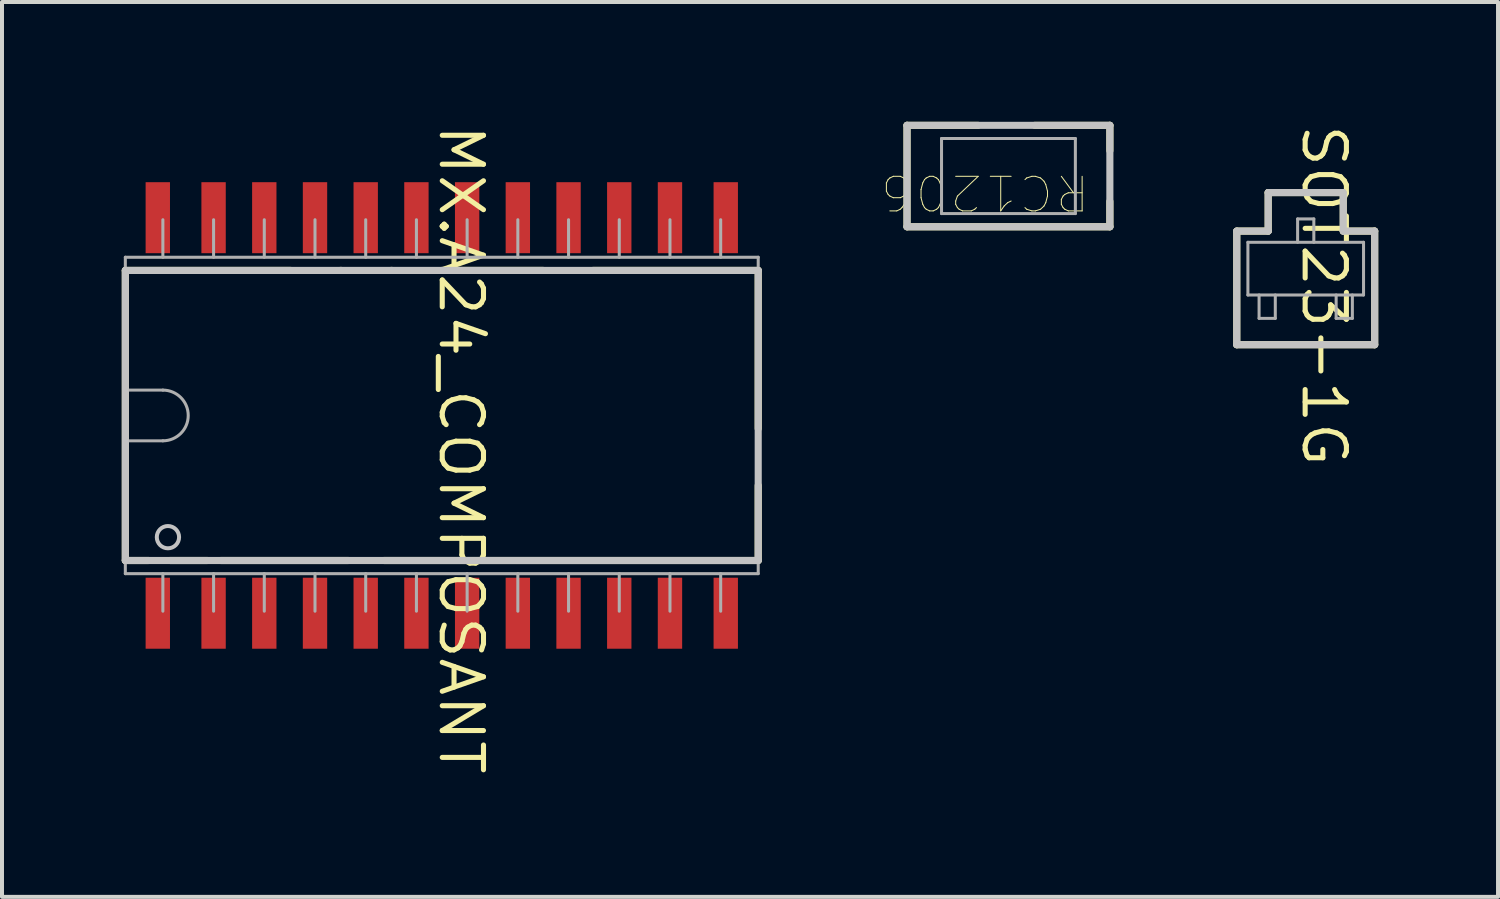
<source format=kicad_pcb>
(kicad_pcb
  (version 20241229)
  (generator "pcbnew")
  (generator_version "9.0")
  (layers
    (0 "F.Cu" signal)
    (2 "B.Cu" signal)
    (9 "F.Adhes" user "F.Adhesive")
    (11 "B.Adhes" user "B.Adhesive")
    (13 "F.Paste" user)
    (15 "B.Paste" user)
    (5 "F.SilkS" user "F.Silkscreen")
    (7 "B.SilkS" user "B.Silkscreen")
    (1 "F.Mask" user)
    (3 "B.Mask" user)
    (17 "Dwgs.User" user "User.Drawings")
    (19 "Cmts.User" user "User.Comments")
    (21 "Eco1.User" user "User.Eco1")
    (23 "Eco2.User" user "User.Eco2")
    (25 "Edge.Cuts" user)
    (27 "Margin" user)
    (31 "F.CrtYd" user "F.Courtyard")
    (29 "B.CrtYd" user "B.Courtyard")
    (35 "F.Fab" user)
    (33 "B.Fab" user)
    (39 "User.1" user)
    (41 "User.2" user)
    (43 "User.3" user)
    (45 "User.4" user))
  (footprint "SOT23-1G"
    (layer "F.Cu")
    (at 29.651 3.678)
    (property "Reference" "SOT23-1G" (at 0.457 0.673 270) (unlocked yes) (layer "F.SilkS") (effects (font (size 1.033 1.087) (thickness 0.127))))
    (attr smd)
    (fp_line (start -1.727 -0.94) (end -0.94 -0.94) (stroke (width 0.178) (type solid)) (layer "F.SilkS"))
    (fp_line (start -1.727 1.905) (end -1.727 -0.94) (stroke (width 0.178) (type solid)) (layer "F.SilkS"))
    (fp_line (start -1.727 1.905) (end 1.727 1.905) (stroke (width 0.178) (type solid)) (layer "F.SilkS"))
    (fp_line (start -0.94 -1.905) (end 0.94 -1.905) (stroke (width 0.178) (type solid)) (layer "F.SilkS"))
    (fp_line (start -0.94 -0.94) (end -0.94 -1.905) (stroke (width 0.178) (type solid)) (layer "F.SilkS"))
    (fp_line (start 0.94 -0.94) (end 0.94 -1.905) (stroke (width 0.178) (type solid)) (layer "F.SilkS"))
    (fp_line (start 0.94 -0.94) (end 1.727 -0.94) (stroke (width 0.178) (type solid)) (layer "F.SilkS"))
    (fp_line (start 1.727 1.905) (end 1.727 -0.94) (stroke (width 0.178) (type solid)) (layer "F.SilkS"))
    (fp_line (start -1.727 -0.94) (end -0.94 -0.94) (stroke (width 0.178) (type solid)) (layer "Dwgs.User"))
    (fp_line (start -1.727 1.905) (end -1.727 -0.94) (stroke (width 0.178) (type solid)) (layer "Dwgs.User"))
    (fp_line (start -1.727 1.905) (end 1.727 1.905) (stroke (width 0.178) (type solid)) (layer "Dwgs.User"))
    (fp_line (start -0.94 -1.905) (end 0.94 -1.905) (stroke (width 0.178) (type solid)) (layer "Dwgs.User"))
    (fp_line (start -0.94 -0.94) (end -0.94 -1.905) (stroke (width 0.178) (type solid)) (layer "Dwgs.User"))
    (fp_line (start 0.94 -0.94) (end 0.94 -1.905) (stroke (width 0.178) (type solid)) (layer "Dwgs.User"))
    (fp_line (start 0.94 -0.94) (end 1.727 -0.94) (stroke (width 0.178) (type solid)) (layer "Dwgs.User"))
    (fp_line (start 1.727 1.905) (end 1.727 -0.94) (stroke (width 0.178) (type solid)) (layer "Dwgs.User"))
    (fp_line (start -1.448 -0.66) (end 1.448 -0.66) (stroke (width 0.076) (type solid)) (layer "F.Fab"))
    (fp_line (start -1.448 0.66) (end -1.448 -0.66) (stroke (width 0.076) (type solid)) (layer "F.Fab"))
    (fp_line (start -1.448 0.66) (end 1.448 0.66) (stroke (width 0.076) (type solid)) (layer "F.Fab"))
    (fp_line (start -1.168 1.245) (end -1.168 0.66) (stroke (width 0.076) (type solid)) (layer "F.Fab"))
    (fp_line (start -1.168 1.245) (end -0.762 1.245) (stroke (width 0.076) (type solid)) (layer "F.Fab"))
    (fp_line (start -0.762 1.245) (end -0.762 0.66) (stroke (width 0.076) (type solid)) (layer "F.Fab"))
    (fp_line (start -0.203 -1.245) (end 0.203 -1.245) (stroke (width 0.076) (type solid)) (layer "F.Fab"))
    (fp_line (start -0.203 -0.66) (end -0.203 -1.245) (stroke (width 0.076) (type solid)) (layer "F.Fab"))
    (fp_line (start 0.203 -0.66) (end 0.203 -1.245) (stroke (width 0.076) (type solid)) (layer "F.Fab"))
    (fp_line (start 0.762 1.245) (end 0.762 0.66) (stroke (width 0.076) (type solid)) (layer "F.Fab"))
    (fp_line (start 0.762 1.245) (end 1.168 1.245) (stroke (width 0.076) (type solid)) (layer "F.Fab"))
    (fp_line (start 1.168 1.245) (end 1.168 0.66) (stroke (width 0.076) (type solid)) (layer "F.Fab"))
    (fp_line (start 1.448 0.66) (end 1.448 -0.66) (stroke (width 0.076) (type solid)) (layer "F.Fab")))
  (footprint "RC1206"
    (layer "F.Cu")
    (at 22.206 1.359)
    (property "Reference" "RC1206" (at -0.584 0.406 180) (unlocked yes) (layer "F.SilkS") (effects (font (size 0.866 0.911) (thickness 0.025))))
    (attr smd)
    (fp_line (start -2.54 -1.27) (end -0.762 -1.27) (stroke (width 0.178) (type solid)) (layer "F.SilkS"))
    (fp_line (start -2.54 1.27) (end -2.54 -1.27) (stroke (width 0.178) (type solid)) (layer "F.SilkS"))
    (fp_line (start -2.54 1.27) (end 2.54 1.27) (stroke (width 0.178) (type solid)) (layer "F.SilkS"))
    (fp_line (start 0.66 -1.27) (end 2.54 -1.27) (stroke (width 0.178) (type solid)) (layer "F.SilkS"))
    (fp_line (start 2.54 -0.635) (end 2.54 -1.27) (stroke (width 0.178) (type solid)) (layer "F.SilkS"))
    (fp_line (start 2.54 1.27) (end 2.54 0.635) (stroke (width 0.178) (type solid)) (layer "F.SilkS"))
    (fp_line (start -2.54 -1.27) (end 2.54 -1.27) (stroke (width 0.178) (type solid)) (layer "Dwgs.User"))
    (fp_line (start -2.54 1.27) (end -2.54 -1.27) (stroke (width 0.178) (type solid)) (layer "Dwgs.User"))
    (fp_line (start -2.54 1.27) (end 2.54 1.27) (stroke (width 0.178) (type solid)) (layer "Dwgs.User"))
    (fp_line (start 2.54 1.27) (end 2.54 -1.27) (stroke (width 0.178) (type solid)) (layer "Dwgs.User"))
    (fp_line (start -1.676 -0.94) (end 1.676 -0.94) (stroke (width 0.076) (type solid)) (layer "F.Fab"))
    (fp_line (start -1.676 0.94) (end -1.676 -0.94) (stroke (width 0.076) (type solid)) (layer "F.Fab"))
    (fp_line (start -1.676 0.94) (end 1.676 0.94) (stroke (width 0.076) (type solid)) (layer "F.Fab"))
    (fp_line (start 1.676 0.94) (end 1.676 -0.94) (stroke (width 0.076) (type solid)) (layer "F.Fab")))
  (footprint "MX.A24_COMPOSANT"
    (layer "F.Cu")
    (at 8.014 7.355)
    (property "Reference" "MX.A24_COMPOSANT" (at 0.483 0.851 270) (unlocked yes) (layer "F.SilkS") (effects (font (size 1.033 1.087) (thickness 0.127))))
    (attr smd)
    (fp_line (start -7.925 -3.632) (end -3.785 -3.632) (stroke (width 0.178) (type solid)) (layer "F.SilkS"))
    (fp_line (start -7.925 3.632) (end -7.925 -3.632) (stroke (width 0.178) (type solid)) (layer "F.SilkS"))
    (fp_line (start -7.925 3.632) (end -7.341 3.632) (stroke (width 0.178) (type solid)) (layer "F.SilkS"))
    (fp_line (start -6.807 3.632) (end -5.867 3.632) (stroke (width 0.178) (type solid)) (layer "F.SilkS"))
    (fp_line (start -5.537 3.632) (end -2.337 3.632) (stroke (width 0.178) (type solid)) (layer "F.SilkS"))
    (fp_line (start -2.54 -3.632) (end -2.515 -3.632) (stroke (width 0.178) (type solid)) (layer "F.SilkS"))
    (fp_line (start -1.448 3.632) (end 7.925 3.632) (stroke (width 0.178) (type solid)) (layer "F.SilkS"))
    (fp_line (start -1.27 -3.632) (end -1.245 -3.632) (stroke (width 0.178) (type solid)) (layer "F.SilkS"))
    (fp_line (start 0 -3.632) (end 2.54 -3.632) (stroke (width 0.178) (type solid)) (layer "F.SilkS"))
    (fp_line (start 3.785 -3.632) (end 7.925 -3.632) (stroke (width 0.178) (type solid)) (layer "F.SilkS"))
    (fp_line (start 7.925 0.33) (end 7.925 -3.632) (stroke (width 0.178) (type solid)) (layer "F.SilkS"))
    (fp_line (start 7.925 3.632) (end 7.925 1.753) (stroke (width 0.178) (type solid)) (layer "F.SilkS"))
    (fp_line (start -7.925 -3.632) (end 7.925 -3.632) (stroke (width 0.178) (type solid)) (layer "Dwgs.User"))
    (fp_line (start -7.925 3.632) (end -7.925 -3.632) (stroke (width 0.178) (type solid)) (layer "Dwgs.User"))
    (fp_line (start -7.925 3.632) (end 7.925 3.632) (stroke (width 0.178) (type solid)) (layer "Dwgs.User"))
    (fp_line (start 7.925 3.632) (end 7.925 -3.632) (stroke (width 0.178) (type solid)) (layer "Dwgs.User"))
    (fp_circle (center -6.858 3.048) (end -6.579 3.048) (stroke (width 0.1) (type solid)) (fill no) (layer "Dwgs.User"))
    (fp_line (start -7.925 -3.962) (end 7.925 -3.962) (stroke (width 0.076) (type solid)) (layer "F.Fab"))
    (fp_line (start -7.925 -0.635) (end -6.985 -0.635) (stroke (width 0.076) (type solid)) (layer "F.Fab"))
    (fp_line (start -7.925 0.635) (end -6.985 0.635) (stroke (width 0.076) (type solid)) (layer "F.Fab"))
    (fp_line (start -7.925 3.962) (end -7.925 -3.962) (stroke (width 0.076) (type solid)) (layer "F.Fab"))
    (fp_line (start -7.925 3.962) (end 7.925 3.962) (stroke (width 0.076) (type solid)) (layer "F.Fab"))
    (fp_line (start -6.985 -3.962) (end -6.985 -4.902) (stroke (width 0.076) (type solid)) (layer "F.Fab"))
    (fp_line (start -6.985 4.902) (end -6.985 3.962) (stroke (width 0.076) (type solid)) (layer "F.Fab"))
    (fp_line (start -5.715 -3.962) (end -5.715 -4.902) (stroke (width 0.076) (type solid)) (layer "F.Fab"))
    (fp_line (start -5.715 4.902) (end -5.715 3.962) (stroke (width 0.076) (type solid)) (layer "F.Fab"))
    (fp_line (start -4.445 -3.962) (end -4.445 -4.902) (stroke (width 0.076) (type solid)) (layer "F.Fab"))
    (fp_line (start -4.445 4.902) (end -4.445 3.962) (stroke (width 0.076) (type solid)) (layer "F.Fab"))
    (fp_line (start -3.175 -3.962) (end -3.175 -4.902) (stroke (width 0.076) (type solid)) (layer "F.Fab"))
    (fp_line (start -3.175 4.902) (end -3.175 3.962) (stroke (width 0.076) (type solid)) (layer "F.Fab"))
    (fp_line (start -1.905 -3.962) (end -1.905 -4.902) (stroke (width 0.076) (type solid)) (layer "F.Fab"))
    (fp_line (start -1.905 4.902) (end -1.905 3.962) (stroke (width 0.076) (type solid)) (layer "F.Fab"))
    (fp_line (start -0.635 -3.962) (end -0.635 -4.902) (stroke (width 0.076) (type solid)) (layer "F.Fab"))
    (fp_line (start -0.635 4.902) (end -0.635 3.962) (stroke (width 0.076) (type solid)) (layer "F.Fab"))
    (fp_line (start 0.635 -3.962) (end 0.635 -4.902) (stroke (width 0.076) (type solid)) (layer "F.Fab"))
    (fp_line (start 0.635 4.902) (end 0.635 3.962) (stroke (width 0.076) (type solid)) (layer "F.Fab"))
    (fp_line (start 1.905 -3.962) (end 1.905 -4.902) (stroke (width 0.076) (type solid)) (layer "F.Fab"))
    (fp_line (start 1.905 4.902) (end 1.905 3.962) (stroke (width 0.076) (type solid)) (layer "F.Fab"))
    (fp_line (start 3.175 -3.962) (end 3.175 -4.902) (stroke (width 0.076) (type solid)) (layer "F.Fab"))
    (fp_line (start 3.175 4.902) (end 3.175 3.962) (stroke (width 0.076) (type solid)) (layer "F.Fab"))
    (fp_line (start 4.445 -3.962) (end 4.445 -4.902) (stroke (width 0.076) (type solid)) (layer "F.Fab"))
    (fp_line (start 4.445 4.902) (end 4.445 3.962) (stroke (width 0.076) (type solid)) (layer "F.Fab"))
    (fp_line (start 5.715 -3.962) (end 5.715 -4.902) (stroke (width 0.076) (type solid)) (layer "F.Fab"))
    (fp_line (start 5.715 4.902) (end 5.715 3.962) (stroke (width 0.076) (type solid)) (layer "F.Fab"))
    (fp_line (start 6.985 -3.962) (end 6.985 -4.902) (stroke (width 0.076) (type solid)) (layer "F.Fab"))
    (fp_line (start 6.985 4.902) (end 6.985 3.962) (stroke (width 0.076) (type solid)) (layer "F.Fab"))
    (fp_line (start 7.925 3.962) (end 7.925 -3.962) (stroke (width 0.076) (type solid)) (layer "F.Fab"))
    (fp_arc (start -6.985 -0.635) (mid -6.35 0) (end -6.985 0.635) (stroke (width 0.0762) (type solid)) (layer "F.Fab"))
    (pad "1" smd rect (at -7.112 4.953) (size 0.61 1.778) (layers "F.Cu" "F.Mask" "F.Paste"))
    (pad "2" smd rect (at -5.715 4.953) (size 0.61 1.778) (layers "F.Cu" "F.Mask" "F.Paste"))
    (pad "3" smd rect (at -4.445 4.953) (size 0.61 1.778) (layers "F.Cu" "F.Mask" "F.Paste"))
    (pad "4" smd rect (at -3.175 4.953) (size 0.61 1.778) (layers "F.Cu" "F.Mask" "F.Paste"))
    (pad "5" smd rect (at -1.905 4.953) (size 0.61 1.778) (layers "F.Cu" "F.Mask" "F.Paste"))
    (pad "6" smd rect (at -0.635 4.953) (size 0.61 1.778) (layers "F.Cu" "F.Mask" "F.Paste"))
    (pad "7" smd rect (at 0.635 4.953) (size 0.61 1.778) (layers "F.Cu" "F.Mask" "F.Paste"))
    (pad "8" smd rect (at 1.905 4.953) (size 0.61 1.778) (layers "F.Cu" "F.Mask" "F.Paste"))
    (pad "9" smd rect (at 3.175 4.953) (size 0.61 1.778) (layers "F.Cu" "F.Mask" "F.Paste"))
    (pad "10" smd rect (at 4.445 4.953) (size 0.61 1.778) (layers "F.Cu" "F.Mask" "F.Paste"))
    (pad "11" smd rect (at 5.715 4.953) (size 0.61 1.778) (layers "F.Cu" "F.Mask" "F.Paste"))
    (pad "12" smd rect (at 7.112 4.953) (size 0.61 1.778) (layers "F.Cu" "F.Mask" "F.Paste"))
    (pad "13" smd rect (at 7.112 -4.953) (size 0.61 1.778) (layers "F.Cu" "F.Mask" "F.Paste"))
    (pad "14" smd rect (at 5.715 -4.953) (size 0.61 1.778) (layers "F.Cu" "F.Mask" "F.Paste"))
    (pad "15" smd rect (at 4.445 -4.953) (size 0.61 1.778) (layers "F.Cu" "F.Mask" "F.Paste"))
    (pad "16" smd rect (at 3.175 -4.953) (size 0.61 1.778) (layers "F.Cu" "F.Mask" "F.Paste"))
    (pad "17" smd rect (at 1.905 -4.953) (size 0.61 1.778) (layers "F.Cu" "F.Mask" "F.Paste"))
    (pad "18" smd rect (at 0.635 -4.953) (size 0.61 1.778) (layers "F.Cu" "F.Mask" "F.Paste"))
    (pad "19" smd rect (at -0.635 -4.953) (size 0.61 1.778) (layers "F.Cu" "F.Mask" "F.Paste"))
    (pad "20" smd rect (at -1.905 -4.953) (size 0.61 1.778) (layers "F.Cu" "F.Mask" "F.Paste"))
    (pad "21" smd rect (at -3.175 -4.953) (size 0.61 1.778) (layers "F.Cu" "F.Mask" "F.Paste"))
    (pad "22" smd rect (at -4.445 -4.953) (size 0.61 1.778) (layers "F.Cu" "F.Mask" "F.Paste"))
    (pad "23" smd rect (at -5.715 -4.953) (size 0.61 1.778) (layers "F.Cu" "F.Mask" "F.Paste"))
    (pad "24" smd rect (at -7.112 -4.953) (size 0.61 1.778) (layers "F.Cu" "F.Mask" "F.Paste")))
  (gr_rect
    (start -3 -3)
    (end 34.467 19.411)
    (stroke (width 0.1) (type default))
    (fill no)
    (layer "Edge.Cuts")))
</source>
